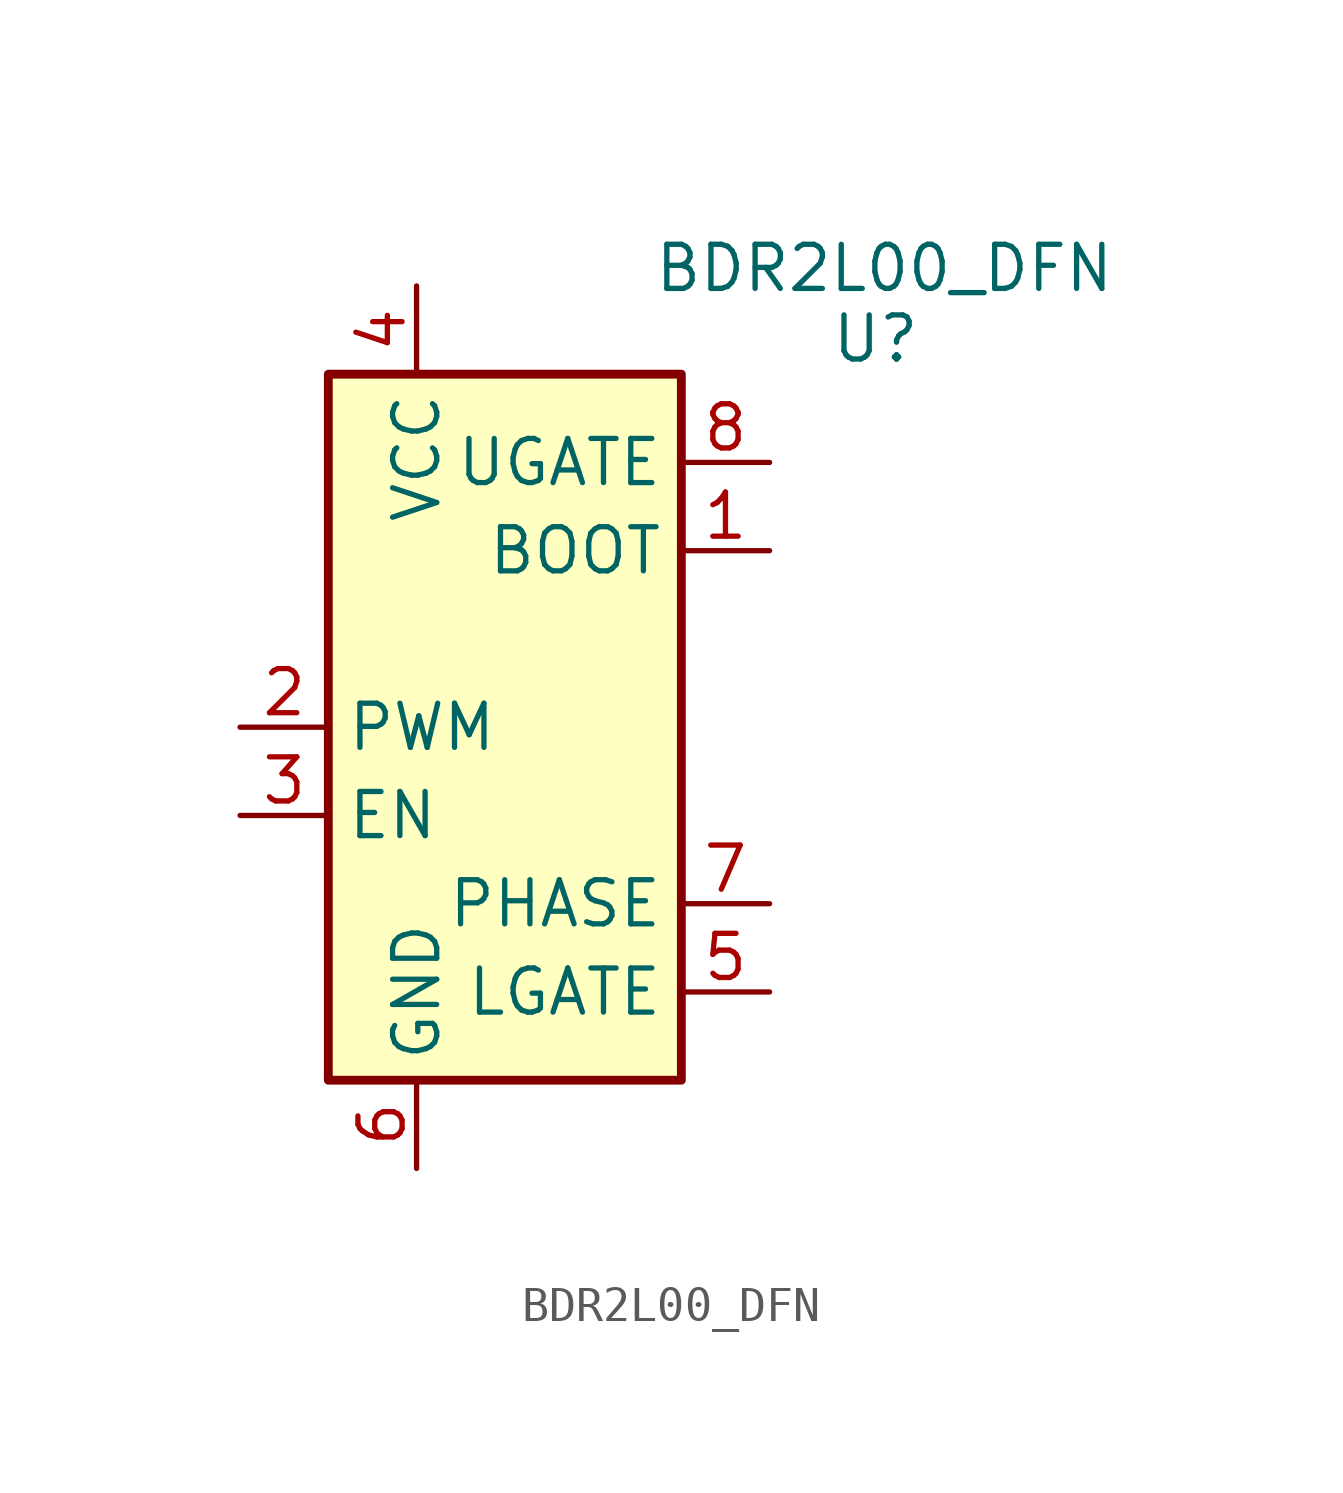
<source format=kicad_sym>
(kicad_symbol_lib
  (version 20241209)
  (generator "kicad_symbol_editor")
  (generator_version "9.0")
  (symbol "BDR2L00_DFN"
    (property "Reference" "U"
      (at 10.668 11.176 0)
      (effects (font (size 1.27 1.27))))
    (property "Value" "BDR2L00_DFN"
      (at 10.922 13.208 0)
      (effects (font (size 1.27 1.27))))
    (symbol "BDR2L00_DFN_0_1"
      (rectangle (start -5.08 10.16) (end 5.08 -10.16) (stroke (width 0.254) (type default)) (fill (type background))))
    (symbol "BDR2L00_DFN_1_0"
      (pin passive line (at -2.54 -12.7 90) (length 2.54) (hide yes) (name "GND" (effects (font (size 1.27 1.27)))) (number "9" (effects (font (size 1.27 1.27))))))
    (symbol "BDR2L00_DFN_1_1"
      (pin input line (at -7.62 0 0) (length 2.54) (name "PWM" (effects (font (size 1.27 1.27)))) (number "2" (effects (font (size 1.27 1.27)))))
      (pin input line (at -7.62 -2.54 0) (length 2.54) (name "EN" (effects (font (size 1.27 1.27)))) (number "3" (effects (font (size 1.27 1.27)))))
      (pin power_in line (at -2.54 12.7 270) (length 2.54) (name "VCC" (effects (font (size 1.27 1.27)))) (number "4" (effects (font (size 1.27 1.27)))))
      (pin power_in line (at -2.54 -12.7 90) (length 2.54) (name "GND" (effects (font (size 1.27 1.27)))) (number "6" (effects (font (size 1.27 1.27)))))
      (pin output line (at 7.62 7.62 180) (length 2.54) (name "UGATE" (effects (font (size 1.27 1.27)))) (number "8" (effects (font (size 1.27 1.27)))))
      (pin passive line (at 7.62 5.08 180) (length 2.54) (name "BOOT" (effects (font (size 1.27 1.27)))) (number "1" (effects (font (size 1.27 1.27)))))
      (pin passive line (at 7.62 -5.08 180) (length 2.54) (name "PHASE" (effects (font (size 1.27 1.27)))) (number "7" (effects (font (size 1.27 1.27)))))
      (pin output line (at 7.62 -7.62 180) (length 2.54) (name "LGATE" (effects (font (size 1.27 1.27)))) (number "5" (effects (font (size 1.27 1.27))))))))
</source>
